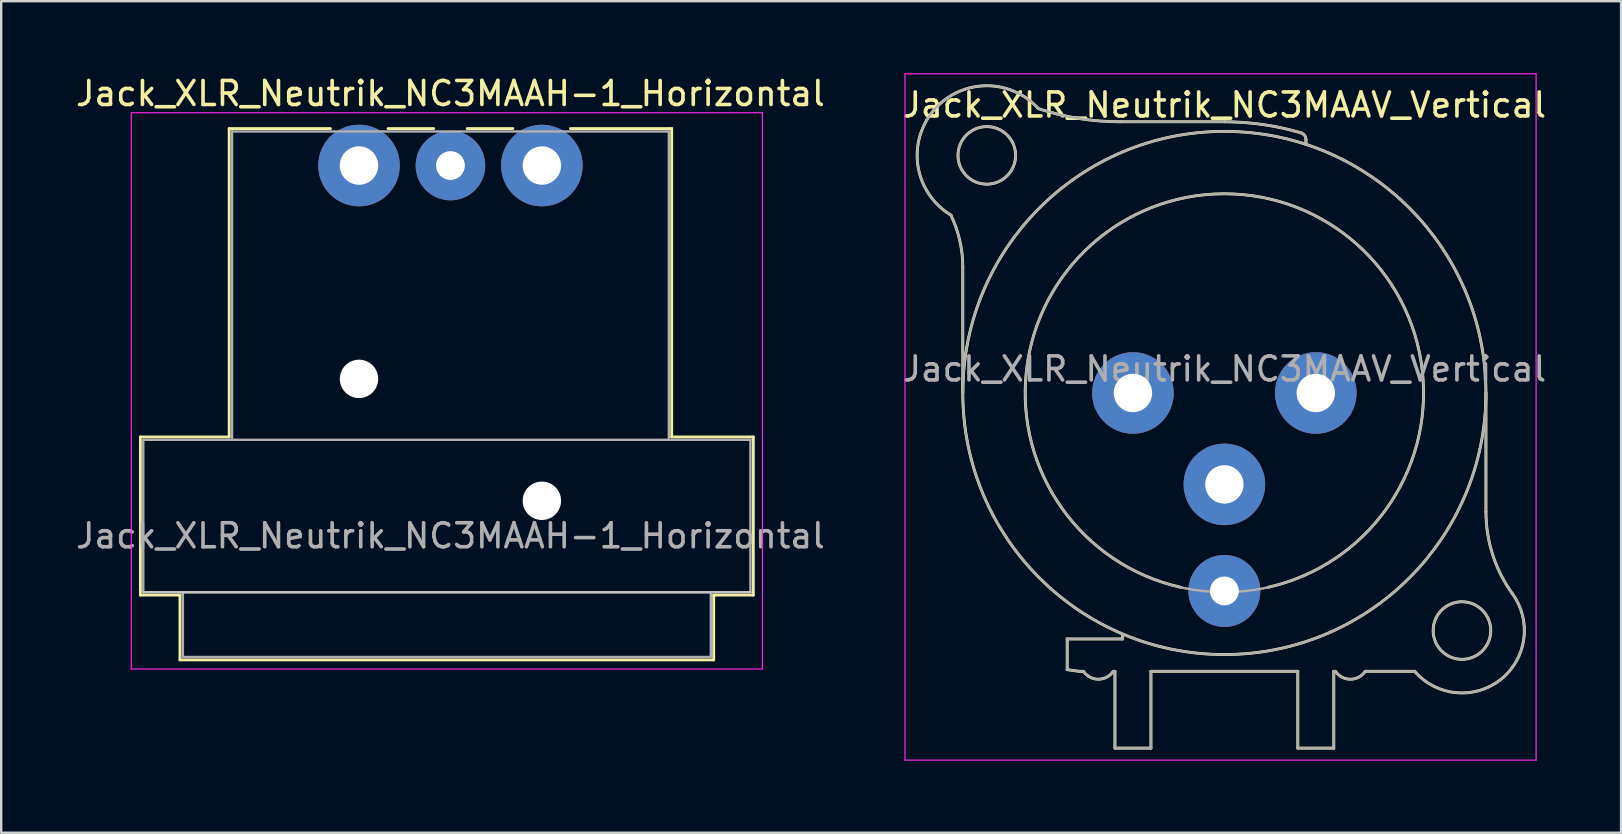
<source format=kicad_pcb>
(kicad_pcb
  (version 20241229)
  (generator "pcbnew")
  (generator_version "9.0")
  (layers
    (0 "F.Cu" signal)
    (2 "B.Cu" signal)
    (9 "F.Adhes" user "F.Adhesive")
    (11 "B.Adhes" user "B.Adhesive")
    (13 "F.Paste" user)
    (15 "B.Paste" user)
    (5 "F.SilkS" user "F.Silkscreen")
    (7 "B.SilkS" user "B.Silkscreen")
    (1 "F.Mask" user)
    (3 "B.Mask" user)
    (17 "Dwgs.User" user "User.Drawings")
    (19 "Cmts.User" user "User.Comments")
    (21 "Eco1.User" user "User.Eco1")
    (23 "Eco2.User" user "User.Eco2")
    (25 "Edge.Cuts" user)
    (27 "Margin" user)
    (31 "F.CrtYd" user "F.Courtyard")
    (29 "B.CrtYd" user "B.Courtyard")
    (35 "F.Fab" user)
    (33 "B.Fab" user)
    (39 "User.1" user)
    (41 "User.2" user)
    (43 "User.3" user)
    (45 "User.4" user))
  (footprint "Jack_XLR_Neutrik_NC3MAAH-1_Horizontal"
    (layer "F.Cu")
    (at 11.91 3.848)
    (property "Reference" "Jack_XLR_Neutrik_NC3MAAH-1_Horizontal" (at 3.81 -3 0) (layer "F.SilkS") (effects (font (size 1 1) (thickness 0.15))))
    (attr through_hole)
    (fp_line (start -9.11 11.31) (end -5.41 11.31) (stroke (width 0.12) (type solid)) (layer "F.SilkS"))
    (fp_line (start -9.11 17.9) (end -9.11 11.31) (stroke (width 0.12) (type solid)) (layer "F.SilkS"))
    (fp_line (start -7.46 17.9) (end -9.11 17.9) (stroke (width 0.12) (type solid)) (layer "F.SilkS"))
    (fp_line (start -7.46 17.9) (end -7.46 20.6) (stroke (width 0.12) (type solid)) (layer "F.SilkS"))
    (fp_line (start -5.41 11.31) (end -5.41 -1.54) (stroke (width 0.12) (type solid)) (layer "F.SilkS"))
    (fp_line (start -1.19 -1.54) (end -5.41 -1.54) (stroke (width 0.12) (type solid)) (layer "F.SilkS"))
    (fp_line (start 3.11 -1.54) (end 1.21 -1.54) (stroke (width 0.12) (type solid)) (layer "F.SilkS"))
    (fp_line (start 4.51 -1.54) (end 6.41 -1.54) (stroke (width 0.12) (type solid)) (layer "F.SilkS"))
    (fp_line (start 13.03 -1.54) (end 8.81 -1.54) (stroke (width 0.12) (type solid)) (layer "F.SilkS"))
    (fp_line (start 13.03 11.31) (end 13.03 -1.54) (stroke (width 0.12) (type solid)) (layer "F.SilkS"))
    (fp_line (start 13.03 11.31) (end 16.43 11.31) (stroke (width 0.12) (type solid)) (layer "F.SilkS"))
    (fp_line (start 14.78 17.9) (end 14.78 20.6) (stroke (width 0.12) (type solid)) (layer "F.SilkS"))
    (fp_line (start 14.78 20.6) (end -7.46 20.6) (stroke (width 0.12) (type solid)) (layer "F.SilkS"))
    (fp_line (start 16.43 17.9) (end 14.78 17.9) (stroke (width 0.12) (type solid)) (layer "F.SilkS"))
    (fp_line (start 16.43 17.9) (end 16.43 11.31) (stroke (width 0.12) (type solid)) (layer "F.SilkS"))
    (fp_line (start 16.31 17.78) (end -8.99 17.78) (stroke (width 0.1) (type solid)) (layer "Dwgs.User"))
    (fp_line (start -9.49 20.98) (end -9.49 -2.2) (stroke (width 0.05) (type solid)) (layer "F.CrtYd"))
    (fp_line (start 16.81 -2.2) (end -9.49 -2.2) (stroke (width 0.05) (type solid)) (layer "F.CrtYd"))
    (fp_line (start 16.81 20.98) (end -9.49 20.98) (stroke (width 0.05) (type solid)) (layer "F.CrtYd"))
    (fp_line (start 16.81 20.98) (end 16.81 -2.2) (stroke (width 0.05) (type solid)) (layer "F.CrtYd"))
    (fp_line (start -8.99 11.43) (end 16.31 11.43) (stroke (width 0.1) (type solid)) (layer "F.Fab"))
    (fp_line (start -8.99 17.78) (end -8.99 11.43) (stroke (width 0.1) (type solid)) (layer "F.Fab"))
    (fp_line (start -7.34 20.48) (end -7.34 17.78) (stroke (width 0.1) (type solid)) (layer "F.Fab"))
    (fp_line (start -5.29 -1.42) (end -5.29 11.43) (stroke (width 0.1) (type solid)) (layer "F.Fab"))
    (fp_line (start 12.91 -1.42) (end -5.29 -1.42) (stroke (width 0.1) (type solid)) (layer "F.Fab"))
    (fp_line (start 12.91 11.43) (end 12.91 -1.42) (stroke (width 0.1) (type solid)) (layer "F.Fab"))
    (fp_line (start 14.66 17.78) (end 14.66 20.48) (stroke (width 0.1) (type solid)) (layer "F.Fab"))
    (fp_line (start 14.66 20.48) (end -7.34 20.48) (stroke (width 0.1) (type solid)) (layer "F.Fab"))
    (fp_line (start 16.31 11.43) (end 16.31 17.78) (stroke (width 0.1) (type solid)) (layer "F.Fab"))
    (fp_line (start 16.31 17.78) (end -8.99 17.78) (stroke (width 0.1) (type solid)) (layer "F.Fab"))
    (fp_text user "${REFERENCE}" (at 3.81 15.43 0) (layer "F.Fab") (effects (font (size 1 1) (thickness 0.15))))
    (pad "" np_thru_hole circle (at 0 8.89) (size 1.6 1.6) (drill 1.6) (layers "*.Cu" "*.Mask"))
    (pad "" np_thru_hole circle (at 7.62 13.97) (size 1.6 1.6) (drill 1.6) (layers "*.Cu" "*.Mask"))
    (pad "1" thru_hole circle (at 0 0) (size 3.4 3.4) (drill 1.6) (layers "*.Cu" "*.Mask"))
    (pad "2" thru_hole circle (at 7.62 0) (size 3.4 3.4) (drill 1.6) (layers "*.Cu" "*.Mask"))
    (pad "3" thru_hole circle (at 3.81 0) (size 2.9 2.9) (drill 1.2) (layers "*.Cu" "*.Mask")))
  (footprint "Jack_XLR_Neutrik_NC3MAAV_Vertical"
    (layer "F.Cu")
    (at 44.16 13.325)
    (property "Reference" "Jack_XLR_Neutrik_NC3MAAV_Vertical" (at 3.81 -12 0) (layer "F.SilkS") (effects (font (size 1 1) (thickness 0.15))))
    (attr through_hole)
    (fp_line (start -7.09 -5.24) (end -7.09 0) (stroke (width 0.12) (type solid)) (layer "F.SilkS"))
    (fp_line (start -2.74 11.53) (end -2.74 10.25) (stroke (width 0.12) (type solid)) (layer "F.SilkS"))
    (fp_line (start -2.74 11.53) (end -2.24 11.6) (stroke (width 0.12) (type solid)) (layer "F.SilkS"))
    (fp_line (start -2.24 11.6) (end -2.06 11.6) (stroke (width 0.12) (type solid)) (layer "F.SilkS"))
    (fp_line (start -0.75 11.6) (end -0.82 11.6) (stroke (width 0.12) (type solid)) (layer "F.SilkS"))
    (fp_line (start -0.75 11.6) (end -0.75 14.8) (stroke (width 0.12) (type solid)) (layer "F.SilkS"))
    (fp_line (start -0.43 10.25) (end -2.74 10.25) (stroke (width 0.12) (type solid)) (layer "F.SilkS"))
    (fp_line (start -0.43 10.25) (end -0.43 10.05) (stroke (width 0.12) (type solid)) (layer "F.SilkS"))
    (fp_line (start 0.75 11.6) (end 0.75 14.8) (stroke (width 0.12) (type solid)) (layer "F.SilkS"))
    (fp_line (start 0.75 11.6) (end 6.87 11.6) (stroke (width 0.12) (type solid)) (layer "F.SilkS"))
    (fp_line (start 0.75 14.8) (end -0.75 14.8) (stroke (width 0.12) (type solid)) (layer "F.SilkS"))
    (fp_line (start 3.81 -11.3) (end -0.53 -11.3) (stroke (width 0.12) (type solid)) (layer "F.SilkS"))
    (fp_line (start 6.87 11.6) (end 6.87 14.8) (stroke (width 0.12) (type solid)) (layer "F.SilkS"))
    (fp_line (start 7.21 -10.36) (end 7.21 -10.55) (stroke (width 0.12) (type solid)) (layer "F.SilkS"))
    (fp_line (start 8.37 11.6) (end 8.37 14.8) (stroke (width 0.12) (type solid)) (layer "F.SilkS"))
    (fp_line (start 8.37 11.6) (end 8.44 11.6) (stroke (width 0.12) (type solid)) (layer "F.SilkS"))
    (fp_line (start 8.37 14.8) (end 6.87 14.8) (stroke (width 0.12) (type solid)) (layer "F.SilkS"))
    (fp_line (start 9.68 11.6) (end 11.74 11.6) (stroke (width 0.12) (type solid)) (layer "F.SilkS"))
    (fp_line (start 14.71 4.95) (end 14.71 0) (stroke (width 0.12) (type solid)) (layer "F.SilkS"))
    (fp_arc (start -7.588965 -7.414421) (mid -8.331551 -11.74403) (end -3.94 -11.85) (stroke (width 0.12) (type solid)) (layer "F.SilkS"))
    (fp_arc (start -7.584615 -7.408295) (mid -7.215222 -6.351997) (end -7.09 -5.24) (stroke (width 0.12) (type solid)) (layer "F.SilkS"))
    (fp_arc (start -0.820521 11.600769) (mid -1.440464 11.928866) (end -2.06 11.6) (stroke (width 0.12) (type solid)) (layer "F.SilkS"))
    (fp_arc (start -0.53 -11.3) (mid -2.253923 -11.43719) (end -3.934451 -11.845305) (stroke (width 0.12) (type solid)) (layer "F.SilkS"))
    (fp_arc (start 2 8.1) (mid 3.802206 -8.299761) (end 5.635209 8.096586) (stroke (width 0.12) (type solid)) (layer "F.SilkS"))
    (fp_arc (start 3.81 -11.3) (mid 5.421707 -11.184471) (end 7.000458 -10.840248) (stroke (width 0.12) (type solid)) (layer "F.SilkS"))
    (fp_arc (start 7.004232 -10.837678) (mid 7.156013 -10.728814) (end 7.21 -10.55) (stroke (width 0.12) (type solid)) (layer "F.SilkS"))
    (fp_arc (start 9.679479 11.600769) (mid 9.059536 11.928866) (end 8.44 11.6) (stroke (width 0.12) (type solid)) (layer "F.SilkS"))
    (fp_arc (start 15.815277 8.372002) (mid 14.993173 6.748036) (end 14.71 4.95) (stroke (width 0.12) (type solid)) (layer "F.SilkS"))
    (fp_arc (start 15.815343 8.370807) (mid 15.326014 11.93946) (end 11.74 11.6) (stroke (width 0.12) (type solid)) (layer "F.SilkS"))
    (fp_circle (center -6.09 -9.9) (end -4.89 -9.9) (stroke (width 0.12) (type solid)) (fill no) (layer "F.SilkS"))
    (fp_circle (center 3.81 0) (end 14.71 0) (stroke (width 0.12) (type solid)) (fill no) (layer "F.SilkS"))
    (fp_circle (center 13.71 9.9) (end 14.91 9.9) (stroke (width 0.12) (type solid)) (fill no) (layer "F.SilkS"))
    (fp_line (start -9.5 -13.3) (end 16.8 -13.3) (stroke (width 0.05) (type solid)) (layer "F.CrtYd"))
    (fp_line (start -9.5 15.3) (end -9.5 -13.3) (stroke (width 0.05) (type solid)) (layer "F.CrtYd"))
    (fp_line (start 16.8 -13.3) (end 16.8 15.3) (stroke (width 0.05) (type solid)) (layer "F.CrtYd"))
    (fp_line (start 16.8 15.3) (end -9.5 15.3) (stroke (width 0.05) (type solid)) (layer "F.CrtYd"))
    (fp_line (start -7.09 -5.24) (end -7.09 0) (stroke (width 0.1) (type solid)) (layer "F.Fab"))
    (fp_line (start -2.74 11.53) (end -2.74 10.25) (stroke (width 0.1) (type solid)) (layer "F.Fab"))
    (fp_line (start -2.74 11.53) (end -2.24 11.6) (stroke (width 0.1) (type solid)) (layer "F.Fab"))
    (fp_line (start -2.24 11.6) (end -2.06 11.6) (stroke (width 0.1) (type solid)) (layer "F.Fab"))
    (fp_line (start -0.75 11.6) (end -0.82 11.6) (stroke (width 0.1) (type solid)) (layer "F.Fab"))
    (fp_line (start -0.75 11.6) (end -0.75 14.8) (stroke (width 0.1) (type solid)) (layer "F.Fab"))
    (fp_line (start -0.43 10.25) (end -2.74 10.25) (stroke (width 0.1) (type solid)) (layer "F.Fab"))
    (fp_line (start -0.43 10.25) (end -0.43 10.05) (stroke (width 0.1) (type solid)) (layer "F.Fab"))
    (fp_line (start 0.75 11.6) (end 0.75 14.8) (stroke (width 0.1) (type solid)) (layer "F.Fab"))
    (fp_line (start 0.75 11.6) (end 6.87 11.6) (stroke (width 0.1) (type solid)) (layer "F.Fab"))
    (fp_line (start 0.75 14.8) (end -0.75 14.8) (stroke (width 0.1) (type solid)) (layer "F.Fab"))
    (fp_line (start 3.81 -11.3) (end -0.53 -11.3) (stroke (width 0.1) (type solid)) (layer "F.Fab"))
    (fp_line (start 6.87 11.6) (end 6.87 14.8) (stroke (width 0.1) (type solid)) (layer "F.Fab"))
    (fp_line (start 7.21 -10.36) (end 7.21 -10.55) (stroke (width 0.1) (type solid)) (layer "F.Fab"))
    (fp_line (start 8.37 11.6) (end 8.37 14.8) (stroke (width 0.1) (type solid)) (layer "F.Fab"))
    (fp_line (start 8.37 11.6) (end 8.44 11.6) (stroke (width 0.1) (type solid)) (layer "F.Fab"))
    (fp_line (start 8.37 14.8) (end 6.87 14.8) (stroke (width 0.1) (type solid)) (layer "F.Fab"))
    (fp_line (start 9.68 11.6) (end 11.74 11.6) (stroke (width 0.1) (type solid)) (layer "F.Fab"))
    (fp_line (start 14.71 4.95) (end 14.71 0) (stroke (width 0.1) (type solid)) (layer "F.Fab"))
    (fp_arc (start -7.588965 -7.414421) (mid -8.331551 -11.74403) (end -3.94 -11.85) (stroke (width 0.1) (type solid)) (layer "F.Fab"))
    (fp_arc (start -7.584615 -7.408295) (mid -7.215222 -6.351997) (end -7.09 -5.24) (stroke (width 0.1) (type solid)) (layer "F.Fab"))
    (fp_arc (start -0.820521 11.600769) (mid -1.440464 11.928866) (end -2.06 11.6) (stroke (width 0.1) (type solid)) (layer "F.Fab"))
    (fp_arc (start -0.53 -11.3) (mid -2.253923 -11.43719) (end -3.934451 -11.845305) (stroke (width 0.1) (type solid)) (layer "F.Fab"))
    (fp_arc (start 3.81 -11.3) (mid 5.421707 -11.184471) (end 7.000458 -10.840248) (stroke (width 0.1) (type solid)) (layer "F.Fab"))
    (fp_arc (start 7.004232 -10.837678) (mid 7.156013 -10.728814) (end 7.21 -10.55) (stroke (width 0.1) (type solid)) (layer "F.Fab"))
    (fp_arc (start 9.679479 11.600769) (mid 9.059536 11.928866) (end 8.44 11.6) (stroke (width 0.1) (type solid)) (layer "F.Fab"))
    (fp_arc (start 15.815277 8.372002) (mid 14.993173 6.748036) (end 14.71 4.95) (stroke (width 0.1) (type solid)) (layer "F.Fab"))
    (fp_arc (start 15.815343 8.370807) (mid 15.326014 11.93946) (end 11.74 11.6) (stroke (width 0.1) (type solid)) (layer "F.Fab"))
    (fp_circle (center -6.09 -9.9) (end -4.89 -9.9) (stroke (width 0.1) (type solid)) (fill no) (layer "F.Fab"))
    (fp_circle (center 3.81 0) (end 12.11 0) (stroke (width 0.1) (type solid)) (fill no) (layer "F.Fab"))
    (fp_circle (center 3.81 0) (end 14.71 0) (stroke (width 0.1) (type solid)) (fill no) (layer "F.Fab"))
    (fp_circle (center 13.71 9.9) (end 14.91 9.9) (stroke (width 0.1) (type solid)) (fill no) (layer "F.Fab"))
    (fp_text user "${REFERENCE}" (at 3.81 -1 0) (layer "F.Fab") (effects (font (size 1 1) (thickness 0.15))))
    (pad "1" thru_hole circle (at 0 0) (size 3.4 3.4) (drill 1.6) (layers "*.Cu" "*.Mask"))
    (pad "2" thru_hole circle (at 7.62 0) (size 3.4 3.4) (drill 1.6) (layers "*.Cu" "*.Mask"))
    (pad "3" thru_hole circle (at 3.81 3.81) (size 3.4 3.4) (drill 1.6) (layers "*.Cu" "*.Mask"))
    (pad "G" thru_hole circle (at 3.81 8.25) (size 3 3) (drill 1.2) (layers "*.Cu" "*.Mask")))
  (gr_rect
    (start -3 -3)
    (end 64.5 31.65)
    (stroke (width 0.1) (type default))
    (fill no)
    (layer "Edge.Cuts")))
</source>
